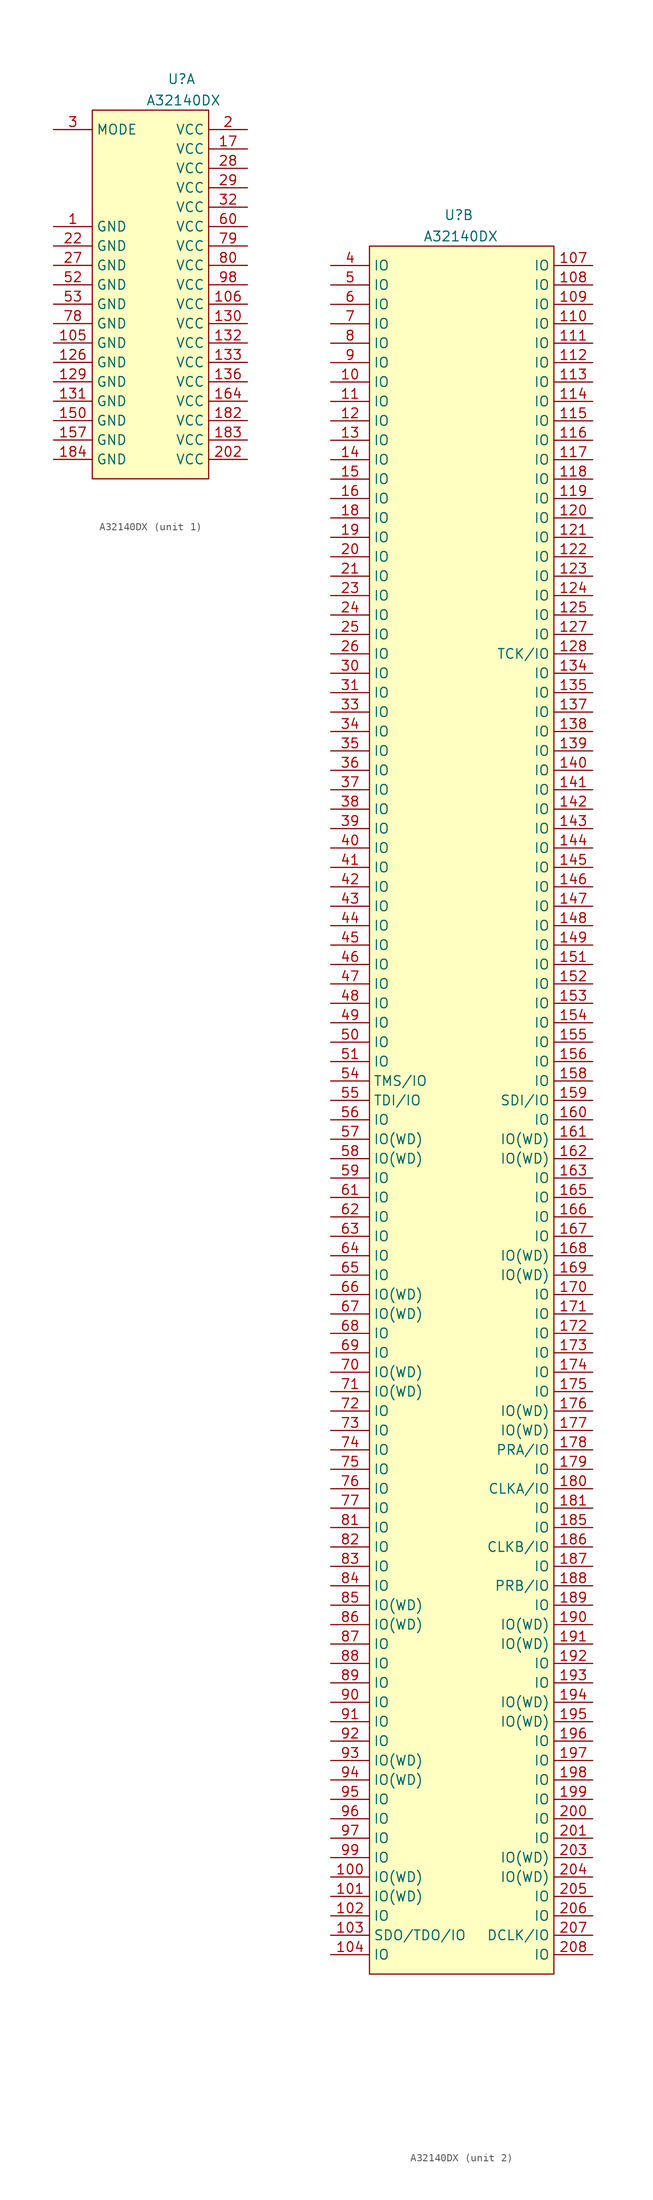
<source format=kicad_sym>
(kicad_symbol_lib
  (version 20241209)
  (generator "kicad_symbol_editor")
  (generator_version "9.0")
  (symbol "A32140DX"
    (property "Reference" "U"
      (at 11.684 4.064 0)
      (effects (font (size 1.27 1.27))))
    (property "Value" "A32140DX"
      (at 11.938 1.27 0)
      (effects (font (size 1.27 1.27))))
    (symbol "A32140DX_1_0"
      (pin input line (at -5.08 -2.54 0) (length 5.08) (name "MODE" (effects (font (size 1.27 1.27)))) (number "3" (effects (font (size 1.27 1.27)))))
      (pin power_in line (at -5.08 -15.24 0) (length 5.08) (name "GND" (effects (font (size 1.27 1.27)))) (number "1" (effects (font (size 1.27 1.27)))))
      (pin power_in line (at -5.08 -17.78 0) (length 5.08) (name "GND" (effects (font (size 1.27 1.27)))) (number "22" (effects (font (size 1.27 1.27)))))
      (pin power_in line (at -5.08 -20.32 0) (length 5.08) (name "GND" (effects (font (size 1.27 1.27)))) (number "27" (effects (font (size 1.27 1.27)))))
      (pin power_in line (at -5.08 -22.86 0) (length 5.08) (name "GND" (effects (font (size 1.27 1.27)))) (number "52" (effects (font (size 1.27 1.27)))))
      (pin power_in line (at -5.08 -25.4 0) (length 5.08) (name "GND" (effects (font (size 1.27 1.27)))) (number "53" (effects (font (size 1.27 1.27)))))
      (pin power_in line (at -5.08 -27.94 0) (length 5.08) (name "GND" (effects (font (size 1.27 1.27)))) (number "78" (effects (font (size 1.27 1.27)))))
      (pin power_in line (at -5.08 -30.48 0) (length 5.08) (name "GND" (effects (font (size 1.27 1.27)))) (number "105" (effects (font (size 1.27 1.27)))))
      (pin power_in line (at -5.08 -33.02 0) (length 5.08) (name "GND" (effects (font (size 1.27 1.27)))) (number "126" (effects (font (size 1.27 1.27)))))
      (pin power_in line (at -5.08 -35.56 0) (length 5.08) (name "GND" (effects (font (size 1.27 1.27)))) (number "129" (effects (font (size 1.27 1.27)))))
      (pin power_in line (at -5.08 -38.1 0) (length 5.08) (name "GND" (effects (font (size 1.27 1.27)))) (number "131" (effects (font (size 1.27 1.27)))))
      (pin power_in line (at -5.08 -40.64 0) (length 5.08) (name "GND" (effects (font (size 1.27 1.27)))) (number "150" (effects (font (size 1.27 1.27)))))
      (pin power_in line (at -5.08 -43.18 0) (length 5.08) (name "GND" (effects (font (size 1.27 1.27)))) (number "157" (effects (font (size 1.27 1.27)))))
      (pin power_in line (at -5.08 -45.72 0) (length 5.08) (name "GND" (effects (font (size 1.27 1.27)))) (number "184" (effects (font (size 1.27 1.27)))))
      (pin power_in line (at 20.32 -2.54 180) (length 5.08) (name "VCC" (effects (font (size 1.27 1.27)))) (number "2" (effects (font (size 1.27 1.27)))))
      (pin power_in line (at 20.32 -5.08 180) (length 5.08) (name "VCC" (effects (font (size 1.27 1.27)))) (number "17" (effects (font (size 1.27 1.27)))))
      (pin power_in line (at 20.32 -7.62 180) (length 5.08) (name "VCC" (effects (font (size 1.27 1.27)))) (number "28" (effects (font (size 1.27 1.27)))))
      (pin power_in line (at 20.32 -10.16 180) (length 5.08) (name "VCC" (effects (font (size 1.27 1.27)))) (number "29" (effects (font (size 1.27 1.27)))))
      (pin power_in line (at 20.32 -12.7 180) (length 5.08) (name "VCC" (effects (font (size 1.27 1.27)))) (number "32" (effects (font (size 1.27 1.27)))))
      (pin power_in line (at 20.32 -15.24 180) (length 5.08) (name "VCC" (effects (font (size 1.27 1.27)))) (number "60" (effects (font (size 1.27 1.27)))))
      (pin power_in line (at 20.32 -17.78 180) (length 5.08) (name "VCC" (effects (font (size 1.27 1.27)))) (number "79" (effects (font (size 1.27 1.27)))))
      (pin power_in line (at 20.32 -20.32 180) (length 5.08) (name "VCC" (effects (font (size 1.27 1.27)))) (number "80" (effects (font (size 1.27 1.27)))))
      (pin power_in line (at 20.32 -22.86 180) (length 5.08) (name "VCC" (effects (font (size 1.27 1.27)))) (number "98" (effects (font (size 1.27 1.27)))))
      (pin power_in line (at 20.32 -25.4 180) (length 5.08) (name "VCC" (effects (font (size 1.27 1.27)))) (number "106" (effects (font (size 1.27 1.27)))))
      (pin power_in line (at 20.32 -27.94 180) (length 5.08) (name "VCC" (effects (font (size 1.27 1.27)))) (number "130" (effects (font (size 1.27 1.27)))))
      (pin power_in line (at 20.32 -30.48 180) (length 5.08) (name "VCC" (effects (font (size 1.27 1.27)))) (number "132" (effects (font (size 1.27 1.27)))))
      (pin power_in line (at 20.32 -33.02 180) (length 5.08) (name "VCC" (effects (font (size 1.27 1.27)))) (number "133" (effects (font (size 1.27 1.27)))))
      (pin power_in line (at 20.32 -35.56 180) (length 5.08) (name "VCC" (effects (font (size 1.27 1.27)))) (number "136" (effects (font (size 1.27 1.27)))))
      (pin power_in line (at 20.32 -38.1 180) (length 5.08) (name "VCC" (effects (font (size 1.27 1.27)))) (number "164" (effects (font (size 1.27 1.27)))))
      (pin power_in line (at 20.32 -40.64 180) (length 5.08) (name "VCC" (effects (font (size 1.27 1.27)))) (number "182" (effects (font (size 1.27 1.27)))))
      (pin power_in line (at 20.32 -43.18 180) (length 5.08) (name "VCC" (effects (font (size 1.27 1.27)))) (number "183" (effects (font (size 1.27 1.27)))))
      (pin power_in line (at 20.32 -45.72 180) (length 5.08) (name "VCC" (effects (font (size 1.27 1.27)))) (number "202" (effects (font (size 1.27 1.27))))))
    (symbol "A32140DX_1_1"
      (rectangle (start 0 0) (end 15.24 -48.26) (stroke (width 0) (type solid)) (fill (type background))))
    (symbol "A32140DX_2_0"
      (pin bidirectional line (at -5.08 -2.54 0) (length 5.08) (name "IO" (effects (font (size 1.27 1.27)))) (number "4" (effects (font (size 1.27 1.27)))))
      (pin bidirectional line (at -5.08 -5.08 0) (length 5.08) (name "IO" (effects (font (size 1.27 1.27)))) (number "5" (effects (font (size 1.27 1.27)))))
      (pin bidirectional line (at -5.08 -7.62 0) (length 5.08) (name "IO" (effects (font (size 1.27 1.27)))) (number "6" (effects (font (size 1.27 1.27)))))
      (pin bidirectional line (at -5.08 -10.16 0) (length 5.08) (name "IO" (effects (font (size 1.27 1.27)))) (number "7" (effects (font (size 1.27 1.27)))))
      (pin bidirectional line (at -5.08 -12.7 0) (length 5.08) (name "IO" (effects (font (size 1.27 1.27)))) (number "8" (effects (font (size 1.27 1.27)))))
      (pin bidirectional line (at -5.08 -15.24 0) (length 5.08) (name "IO" (effects (font (size 1.27 1.27)))) (number "9" (effects (font (size 1.27 1.27)))))
      (pin bidirectional line (at -5.08 -17.78 0) (length 5.08) (name "IO" (effects (font (size 1.27 1.27)))) (number "10" (effects (font (size 1.27 1.27)))))
      (pin bidirectional line (at -5.08 -20.32 0) (length 5.08) (name "IO" (effects (font (size 1.27 1.27)))) (number "11" (effects (font (size 1.27 1.27)))))
      (pin bidirectional line (at -5.08 -22.86 0) (length 5.08) (name "IO" (effects (font (size 1.27 1.27)))) (number "12" (effects (font (size 1.27 1.27)))))
      (pin bidirectional line (at -5.08 -25.4 0) (length 5.08) (name "IO" (effects (font (size 1.27 1.27)))) (number "13" (effects (font (size 1.27 1.27)))))
      (pin bidirectional line (at -5.08 -27.94 0) (length 5.08) (name "IO" (effects (font (size 1.27 1.27)))) (number "14" (effects (font (size 1.27 1.27)))))
      (pin bidirectional line (at -5.08 -30.48 0) (length 5.08) (name "IO" (effects (font (size 1.27 1.27)))) (number "15" (effects (font (size 1.27 1.27)))))
      (pin bidirectional line (at -5.08 -33.02 0) (length 5.08) (name "IO" (effects (font (size 1.27 1.27)))) (number "16" (effects (font (size 1.27 1.27)))))
      (pin bidirectional line (at -5.08 -35.56 0) (length 5.08) (name "IO" (effects (font (size 1.27 1.27)))) (number "18" (effects (font (size 1.27 1.27)))))
      (pin bidirectional line (at -5.08 -38.1 0) (length 5.08) (name "IO" (effects (font (size 1.27 1.27)))) (number "19" (effects (font (size 1.27 1.27)))))
      (pin bidirectional line (at -5.08 -40.64 0) (length 5.08) (name "IO" (effects (font (size 1.27 1.27)))) (number "20" (effects (font (size 1.27 1.27)))))
      (pin bidirectional line (at -5.08 -43.18 0) (length 5.08) (name "IO" (effects (font (size 1.27 1.27)))) (number "21" (effects (font (size 1.27 1.27)))))
      (pin bidirectional line (at -5.08 -45.72 0) (length 5.08) (name "IO" (effects (font (size 1.27 1.27)))) (number "23" (effects (font (size 1.27 1.27)))))
      (pin bidirectional line (at -5.08 -48.26 0) (length 5.08) (name "IO" (effects (font (size 1.27 1.27)))) (number "24" (effects (font (size 1.27 1.27)))))
      (pin bidirectional line (at -5.08 -50.8 0) (length 5.08) (name "IO" (effects (font (size 1.27 1.27)))) (number "25" (effects (font (size 1.27 1.27)))))
      (pin bidirectional line (at -5.08 -53.34 0) (length 5.08) (name "IO" (effects (font (size 1.27 1.27)))) (number "26" (effects (font (size 1.27 1.27)))))
      (pin bidirectional line (at -5.08 -55.88 0) (length 5.08) (name "IO" (effects (font (size 1.27 1.27)))) (number "30" (effects (font (size 1.27 1.27)))))
      (pin bidirectional line (at -5.08 -58.42 0) (length 5.08) (name "IO" (effects (font (size 1.27 1.27)))) (number "31" (effects (font (size 1.27 1.27)))))
      (pin bidirectional line (at -5.08 -60.96 0) (length 5.08) (name "IO" (effects (font (size 1.27 1.27)))) (number "33" (effects (font (size 1.27 1.27)))))
      (pin bidirectional line (at -5.08 -63.5 0) (length 5.08) (name "IO" (effects (font (size 1.27 1.27)))) (number "34" (effects (font (size 1.27 1.27)))))
      (pin bidirectional line (at -5.08 -66.04 0) (length 5.08) (name "IO" (effects (font (size 1.27 1.27)))) (number "35" (effects (font (size 1.27 1.27)))))
      (pin bidirectional line (at -5.08 -68.58 0) (length 5.08) (name "IO" (effects (font (size 1.27 1.27)))) (number "36" (effects (font (size 1.27 1.27)))))
      (pin bidirectional line (at -5.08 -71.12 0) (length 5.08) (name "IO" (effects (font (size 1.27 1.27)))) (number "37" (effects (font (size 1.27 1.27)))))
      (pin bidirectional line (at -5.08 -73.66 0) (length 5.08) (name "IO" (effects (font (size 1.27 1.27)))) (number "38" (effects (font (size 1.27 1.27)))))
      (pin bidirectional line (at -5.08 -76.2 0) (length 5.08) (name "IO" (effects (font (size 1.27 1.27)))) (number "39" (effects (font (size 1.27 1.27)))))
      (pin bidirectional line (at -5.08 -78.74 0) (length 5.08) (name "IO" (effects (font (size 1.27 1.27)))) (number "40" (effects (font (size 1.27 1.27)))))
      (pin bidirectional line (at -5.08 -81.28 0) (length 5.08) (name "IO" (effects (font (size 1.27 1.27)))) (number "41" (effects (font (size 1.27 1.27)))))
      (pin bidirectional line (at -5.08 -83.82 0) (length 5.08) (name "IO" (effects (font (size 1.27 1.27)))) (number "42" (effects (font (size 1.27 1.27)))))
      (pin bidirectional line (at -5.08 -86.36 0) (length 5.08) (name "IO" (effects (font (size 1.27 1.27)))) (number "43" (effects (font (size 1.27 1.27)))))
      (pin bidirectional line (at -5.08 -88.9 0) (length 5.08) (name "IO" (effects (font (size 1.27 1.27)))) (number "44" (effects (font (size 1.27 1.27)))))
      (pin bidirectional line (at -5.08 -91.44 0) (length 5.08) (name "IO" (effects (font (size 1.27 1.27)))) (number "45" (effects (font (size 1.27 1.27)))))
      (pin bidirectional line (at -5.08 -93.98 0) (length 5.08) (name "IO" (effects (font (size 1.27 1.27)))) (number "46" (effects (font (size 1.27 1.27)))))
      (pin bidirectional line (at -5.08 -96.52 0) (length 5.08) (name "IO" (effects (font (size 1.27 1.27)))) (number "47" (effects (font (size 1.27 1.27)))))
      (pin bidirectional line (at -5.08 -99.06 0) (length 5.08) (name "IO" (effects (font (size 1.27 1.27)))) (number "48" (effects (font (size 1.27 1.27)))))
      (pin bidirectional line (at -5.08 -101.6 0) (length 5.08) (name "IO" (effects (font (size 1.27 1.27)))) (number "49" (effects (font (size 1.27 1.27)))))
      (pin bidirectional line (at -5.08 -104.14 0) (length 5.08) (name "IO" (effects (font (size 1.27 1.27)))) (number "50" (effects (font (size 1.27 1.27)))))
      (pin bidirectional line (at -5.08 -106.68 0) (length 5.08) (name "IO" (effects (font (size 1.27 1.27)))) (number "51" (effects (font (size 1.27 1.27)))))
      (pin bidirectional line (at -5.08 -109.22 0) (length 5.08) (name "TMS/IO" (effects (font (size 1.27 1.27)))) (number "54" (effects (font (size 1.27 1.27)))))
      (pin bidirectional line (at -5.08 -111.76 0) (length 5.08) (name "TDI/IO" (effects (font (size 1.27 1.27)))) (number "55" (effects (font (size 1.27 1.27)))))
      (pin bidirectional line (at -5.08 -114.3 0) (length 5.08) (name "IO" (effects (font (size 1.27 1.27)))) (number "56" (effects (font (size 1.27 1.27)))))
      (pin bidirectional line (at -5.08 -116.84 0) (length 5.08) (name "IO(WD)" (effects (font (size 1.27 1.27)))) (number "57" (effects (font (size 1.27 1.27)))))
      (pin bidirectional line (at -5.08 -119.38 0) (length 5.08) (name "IO(WD)" (effects (font (size 1.27 1.27)))) (number "58" (effects (font (size 1.27 1.27)))))
      (pin bidirectional line (at -5.08 -121.92 0) (length 5.08) (name "IO" (effects (font (size 1.27 1.27)))) (number "59" (effects (font (size 1.27 1.27)))))
      (pin bidirectional line (at -5.08 -124.46 0) (length 5.08) (name "IO" (effects (font (size 1.27 1.27)))) (number "61" (effects (font (size 1.27 1.27)))))
      (pin bidirectional line (at -5.08 -127 0) (length 5.08) (name "IO" (effects (font (size 1.27 1.27)))) (number "62" (effects (font (size 1.27 1.27)))))
      (pin bidirectional line (at -5.08 -129.54 0) (length 5.08) (name "IO" (effects (font (size 1.27 1.27)))) (number "63" (effects (font (size 1.27 1.27)))))
      (pin bidirectional line (at -5.08 -132.08 0) (length 5.08) (name "IO" (effects (font (size 1.27 1.27)))) (number "64" (effects (font (size 1.27 1.27)))))
      (pin bidirectional line (at -5.08 -134.62 0) (length 5.08) (name "IO" (effects (font (size 1.27 1.27)))) (number "65" (effects (font (size 1.27 1.27)))))
      (pin bidirectional line (at -5.08 -137.16 0) (length 5.08) (name "IO(WD)" (effects (font (size 1.27 1.27)))) (number "66" (effects (font (size 1.27 1.27)))))
      (pin bidirectional line (at -5.08 -139.7 0) (length 5.08) (name "IO(WD)" (effects (font (size 1.27 1.27)))) (number "67" (effects (font (size 1.27 1.27)))))
      (pin bidirectional line (at -5.08 -142.24 0) (length 5.08) (name "IO" (effects (font (size 1.27 1.27)))) (number "68" (effects (font (size 1.27 1.27)))))
      (pin bidirectional line (at -5.08 -144.78 0) (length 5.08) (name "IO" (effects (font (size 1.27 1.27)))) (number "69" (effects (font (size 1.27 1.27)))))
      (pin bidirectional line (at -5.08 -147.32 0) (length 5.08) (name "IO(WD)" (effects (font (size 1.27 1.27)))) (number "70" (effects (font (size 1.27 1.27)))))
      (pin bidirectional line (at -5.08 -149.86 0) (length 5.08) (name "IO(WD)" (effects (font (size 1.27 1.27)))) (number "71" (effects (font (size 1.27 1.27)))))
      (pin bidirectional line (at -5.08 -152.4 0) (length 5.08) (name "IO" (effects (font (size 1.27 1.27)))) (number "72" (effects (font (size 1.27 1.27)))))
      (pin bidirectional line (at -5.08 -154.94 0) (length 5.08) (name "IO" (effects (font (size 1.27 1.27)))) (number "73" (effects (font (size 1.27 1.27)))))
      (pin bidirectional line (at -5.08 -157.48 0) (length 5.08) (name "IO" (effects (font (size 1.27 1.27)))) (number "74" (effects (font (size 1.27 1.27)))))
      (pin bidirectional line (at -5.08 -160.02 0) (length 5.08) (name "IO" (effects (font (size 1.27 1.27)))) (number "75" (effects (font (size 1.27 1.27)))))
      (pin bidirectional line (at -5.08 -162.56 0) (length 5.08) (name "IO" (effects (font (size 1.27 1.27)))) (number "76" (effects (font (size 1.27 1.27)))))
      (pin bidirectional line (at -5.08 -165.1 0) (length 5.08) (name "IO" (effects (font (size 1.27 1.27)))) (number "77" (effects (font (size 1.27 1.27)))))
      (pin bidirectional line (at -5.08 -167.64 0) (length 5.08) (name "IO" (effects (font (size 1.27 1.27)))) (number "81" (effects (font (size 1.27 1.27)))))
      (pin bidirectional line (at -5.08 -170.18 0) (length 5.08) (name "IO" (effects (font (size 1.27 1.27)))) (number "82" (effects (font (size 1.27 1.27)))))
      (pin bidirectional line (at -5.08 -172.72 0) (length 5.08) (name "IO" (effects (font (size 1.27 1.27)))) (number "83" (effects (font (size 1.27 1.27)))))
      (pin bidirectional line (at -5.08 -175.26 0) (length 5.08) (name "IO" (effects (font (size 1.27 1.27)))) (number "84" (effects (font (size 1.27 1.27)))))
      (pin bidirectional line (at -5.08 -177.8 0) (length 5.08) (name "IO(WD)" (effects (font (size 1.27 1.27)))) (number "85" (effects (font (size 1.27 1.27)))))
      (pin bidirectional line (at -5.08 -180.34 0) (length 5.08) (name "IO(WD)" (effects (font (size 1.27 1.27)))) (number "86" (effects (font (size 1.27 1.27)))))
      (pin bidirectional line (at -5.08 -182.88 0) (length 5.08) (name "IO" (effects (font (size 1.27 1.27)))) (number "87" (effects (font (size 1.27 1.27)))))
      (pin bidirectional line (at -5.08 -185.42 0) (length 5.08) (name "IO" (effects (font (size 1.27 1.27)))) (number "88" (effects (font (size 1.27 1.27)))))
      (pin bidirectional line (at -5.08 -187.96 0) (length 5.08) (name "IO" (effects (font (size 1.27 1.27)))) (number "89" (effects (font (size 1.27 1.27)))))
      (pin bidirectional line (at -5.08 -190.5 0) (length 5.08) (name "IO" (effects (font (size 1.27 1.27)))) (number "90" (effects (font (size 1.27 1.27)))))
      (pin bidirectional line (at -5.08 -193.04 0) (length 5.08) (name "IO" (effects (font (size 1.27 1.27)))) (number "91" (effects (font (size 1.27 1.27)))))
      (pin bidirectional line (at -5.08 -195.58 0) (length 5.08) (name "IO" (effects (font (size 1.27 1.27)))) (number "92" (effects (font (size 1.27 1.27)))))
      (pin bidirectional line (at -5.08 -198.12 0) (length 5.08) (name "IO(WD)" (effects (font (size 1.27 1.27)))) (number "93" (effects (font (size 1.27 1.27)))))
      (pin bidirectional line (at -5.08 -200.66 0) (length 5.08) (name "IO(WD)" (effects (font (size 1.27 1.27)))) (number "94" (effects (font (size 1.27 1.27)))))
      (pin bidirectional line (at -5.08 -203.2 0) (length 5.08) (name "IO" (effects (font (size 1.27 1.27)))) (number "95" (effects (font (size 1.27 1.27)))))
      (pin bidirectional line (at -5.08 -205.74 0) (length 5.08) (name "IO" (effects (font (size 1.27 1.27)))) (number "96" (effects (font (size 1.27 1.27)))))
      (pin bidirectional line (at -5.08 -208.28 0) (length 5.08) (name "IO" (effects (font (size 1.27 1.27)))) (number "97" (effects (font (size 1.27 1.27)))))
      (pin bidirectional line (at -5.08 -210.82 0) (length 5.08) (name "IO" (effects (font (size 1.27 1.27)))) (number "99" (effects (font (size 1.27 1.27)))))
      (pin bidirectional line (at -5.08 -213.36 0) (length 5.08) (name "IO(WD)" (effects (font (size 1.27 1.27)))) (number "100" (effects (font (size 1.27 1.27)))))
      (pin bidirectional line (at -5.08 -215.9 0) (length 5.08) (name "IO(WD)" (effects (font (size 1.27 1.27)))) (number "101" (effects (font (size 1.27 1.27)))))
      (pin bidirectional line (at -5.08 -218.44 0) (length 5.08) (name "IO" (effects (font (size 1.27 1.27)))) (number "102" (effects (font (size 1.27 1.27)))))
      (pin bidirectional line (at -5.08 -220.98 0) (length 5.08) (name "SDO/TDO/IO" (effects (font (size 1.27 1.27)))) (number "103" (effects (font (size 1.27 1.27)))))
      (pin bidirectional line (at -5.08 -223.52 0) (length 5.08) (name "IO" (effects (font (size 1.27 1.27)))) (number "104" (effects (font (size 1.27 1.27)))))
      (pin bidirectional line (at 29.21 -2.54 180) (length 5.08) (name "IO" (effects (font (size 1.27 1.27)))) (number "107" (effects (font (size 1.27 1.27)))))
      (pin bidirectional line (at 29.21 -5.08 180) (length 5.08) (name "IO" (effects (font (size 1.27 1.27)))) (number "108" (effects (font (size 1.27 1.27)))))
      (pin bidirectional line (at 29.21 -7.62 180) (length 5.08) (name "IO" (effects (font (size 1.27 1.27)))) (number "109" (effects (font (size 1.27 1.27)))))
      (pin bidirectional line (at 29.21 -10.16 180) (length 5.08) (name "IO" (effects (font (size 1.27 1.27)))) (number "110" (effects (font (size 1.27 1.27)))))
      (pin bidirectional line (at 29.21 -12.7 180) (length 5.08) (name "IO" (effects (font (size 1.27 1.27)))) (number "111" (effects (font (size 1.27 1.27)))))
      (pin bidirectional line (at 29.21 -15.24 180) (length 5.08) (name "IO" (effects (font (size 1.27 1.27)))) (number "112" (effects (font (size 1.27 1.27)))))
      (pin bidirectional line (at 29.21 -17.78 180) (length 5.08) (name "IO" (effects (font (size 1.27 1.27)))) (number "113" (effects (font (size 1.27 1.27)))))
      (pin bidirectional line (at 29.21 -20.32 180) (length 5.08) (name "IO" (effects (font (size 1.27 1.27)))) (number "114" (effects (font (size 1.27 1.27)))))
      (pin bidirectional line (at 29.21 -22.86 180) (length 5.08) (name "IO" (effects (font (size 1.27 1.27)))) (number "115" (effects (font (size 1.27 1.27)))))
      (pin bidirectional line (at 29.21 -25.4 180) (length 5.08) (name "IO" (effects (font (size 1.27 1.27)))) (number "116" (effects (font (size 1.27 1.27)))))
      (pin bidirectional line (at 29.21 -27.94 180) (length 5.08) (name "IO" (effects (font (size 1.27 1.27)))) (number "117" (effects (font (size 1.27 1.27)))))
      (pin bidirectional line (at 29.21 -30.48 180) (length 5.08) (name "IO" (effects (font (size 1.27 1.27)))) (number "118" (effects (font (size 1.27 1.27)))))
      (pin bidirectional line (at 29.21 -33.02 180) (length 5.08) (name "IO" (effects (font (size 1.27 1.27)))) (number "119" (effects (font (size 1.27 1.27)))))
      (pin bidirectional line (at 29.21 -35.56 180) (length 5.08) (name "IO" (effects (font (size 1.27 1.27)))) (number "120" (effects (font (size 1.27 1.27)))))
      (pin bidirectional line (at 29.21 -38.1 180) (length 5.08) (name "IO" (effects (font (size 1.27 1.27)))) (number "121" (effects (font (size 1.27 1.27)))))
      (pin bidirectional line (at 29.21 -40.64 180) (length 5.08) (name "IO" (effects (font (size 1.27 1.27)))) (number "122" (effects (font (size 1.27 1.27)))))
      (pin bidirectional line (at 29.21 -43.18 180) (length 5.08) (name "IO" (effects (font (size 1.27 1.27)))) (number "123" (effects (font (size 1.27 1.27)))))
      (pin bidirectional line (at 29.21 -45.72 180) (length 5.08) (name "IO" (effects (font (size 1.27 1.27)))) (number "124" (effects (font (size 1.27 1.27)))))
      (pin bidirectional line (at 29.21 -48.26 180) (length 5.08) (name "IO" (effects (font (size 1.27 1.27)))) (number "125" (effects (font (size 1.27 1.27)))))
      (pin bidirectional line (at 29.21 -50.8 180) (length 5.08) (name "IO" (effects (font (size 1.27 1.27)))) (number "127" (effects (font (size 1.27 1.27)))))
      (pin bidirectional line (at 29.21 -53.34 180) (length 5.08) (name "TCK/IO" (effects (font (size 1.27 1.27)))) (number "128" (effects (font (size 1.27 1.27)))))
      (pin bidirectional line (at 29.21 -55.88 180) (length 5.08) (name "IO" (effects (font (size 1.27 1.27)))) (number "134" (effects (font (size 1.27 1.27)))))
      (pin bidirectional line (at 29.21 -58.42 180) (length 5.08) (name "IO" (effects (font (size 1.27 1.27)))) (number "135" (effects (font (size 1.27 1.27)))))
      (pin bidirectional line (at 29.21 -60.96 180) (length 5.08) (name "IO" (effects (font (size 1.27 1.27)))) (number "137" (effects (font (size 1.27 1.27)))))
      (pin bidirectional line (at 29.21 -63.5 180) (length 5.08) (name "IO" (effects (font (size 1.27 1.27)))) (number "138" (effects (font (size 1.27 1.27)))))
      (pin bidirectional line (at 29.21 -66.04 180) (length 5.08) (name "IO" (effects (font (size 1.27 1.27)))) (number "139" (effects (font (size 1.27 1.27)))))
      (pin bidirectional line (at 29.21 -68.58 180) (length 5.08) (name "IO" (effects (font (size 1.27 1.27)))) (number "140" (effects (font (size 1.27 1.27)))))
      (pin bidirectional line (at 29.21 -71.12 180) (length 5.08) (name "IO" (effects (font (size 1.27 1.27)))) (number "141" (effects (font (size 1.27 1.27)))))
      (pin bidirectional line (at 29.21 -73.66 180) (length 5.08) (name "IO" (effects (font (size 1.27 1.27)))) (number "142" (effects (font (size 1.27 1.27)))))
      (pin bidirectional line (at 29.21 -76.2 180) (length 5.08) (name "IO" (effects (font (size 1.27 1.27)))) (number "143" (effects (font (size 1.27 1.27)))))
      (pin bidirectional line (at 29.21 -78.74 180) (length 5.08) (name "IO" (effects (font (size 1.27 1.27)))) (number "144" (effects (font (size 1.27 1.27)))))
      (pin bidirectional line (at 29.21 -81.28 180) (length 5.08) (name "IO" (effects (font (size 1.27 1.27)))) (number "145" (effects (font (size 1.27 1.27)))))
      (pin bidirectional line (at 29.21 -83.82 180) (length 5.08) (name "IO" (effects (font (size 1.27 1.27)))) (number "146" (effects (font (size 1.27 1.27)))))
      (pin bidirectional line (at 29.21 -86.36 180) (length 5.08) (name "IO" (effects (font (size 1.27 1.27)))) (number "147" (effects (font (size 1.27 1.27)))))
      (pin bidirectional line (at 29.21 -88.9 180) (length 5.08) (name "IO" (effects (font (size 1.27 1.27)))) (number "148" (effects (font (size 1.27 1.27)))))
      (pin bidirectional line (at 29.21 -91.44 180) (length 5.08) (name "IO" (effects (font (size 1.27 1.27)))) (number "149" (effects (font (size 1.27 1.27)))))
      (pin bidirectional line (at 29.21 -93.98 180) (length 5.08) (name "IO" (effects (font (size 1.27 1.27)))) (number "151" (effects (font (size 1.27 1.27)))))
      (pin bidirectional line (at 29.21 -96.52 180) (length 5.08) (name "IO" (effects (font (size 1.27 1.27)))) (number "152" (effects (font (size 1.27 1.27)))))
      (pin bidirectional line (at 29.21 -99.06 180) (length 5.08) (name "IO" (effects (font (size 1.27 1.27)))) (number "153" (effects (font (size 1.27 1.27)))))
      (pin bidirectional line (at 29.21 -101.6 180) (length 5.08) (name "IO" (effects (font (size 1.27 1.27)))) (number "154" (effects (font (size 1.27 1.27)))))
      (pin bidirectional line (at 29.21 -104.14 180) (length 5.08) (name "IO" (effects (font (size 1.27 1.27)))) (number "155" (effects (font (size 1.27 1.27)))))
      (pin bidirectional line (at 29.21 -106.68 180) (length 5.08) (name "IO" (effects (font (size 1.27 1.27)))) (number "156" (effects (font (size 1.27 1.27)))))
      (pin bidirectional line (at 29.21 -109.22 180) (length 5.08) (name "IO" (effects (font (size 1.27 1.27)))) (number "158" (effects (font (size 1.27 1.27)))))
      (pin bidirectional line (at 29.21 -111.76 180) (length 5.08) (name "SDI/IO" (effects (font (size 1.27 1.27)))) (number "159" (effects (font (size 1.27 1.27)))))
      (pin bidirectional line (at 29.21 -114.3 180) (length 5.08) (name "IO" (effects (font (size 1.27 1.27)))) (number "160" (effects (font (size 1.27 1.27)))))
      (pin bidirectional line (at 29.21 -116.84 180) (length 5.08) (name "IO(WD)" (effects (font (size 1.27 1.27)))) (number "161" (effects (font (size 1.27 1.27)))))
      (pin bidirectional line (at 29.21 -119.38 180) (length 5.08) (name "IO(WD)" (effects (font (size 1.27 1.27)))) (number "162" (effects (font (size 1.27 1.27)))))
      (pin bidirectional line (at 29.21 -121.92 180) (length 5.08) (name "IO" (effects (font (size 1.27 1.27)))) (number "163" (effects (font (size 1.27 1.27)))))
      (pin bidirectional line (at 29.21 -124.46 180) (length 5.08) (name "IO" (effects (font (size 1.27 1.27)))) (number "165" (effects (font (size 1.27 1.27)))))
      (pin bidirectional line (at 29.21 -127 180) (length 5.08) (name "IO" (effects (font (size 1.27 1.27)))) (number "166" (effects (font (size 1.27 1.27)))))
      (pin bidirectional line (at 29.21 -129.54 180) (length 5.08) (name "IO" (effects (font (size 1.27 1.27)))) (number "167" (effects (font (size 1.27 1.27)))))
      (pin bidirectional line (at 29.21 -132.08 180) (length 5.08) (name "IO(WD)" (effects (font (size 1.27 1.27)))) (number "168" (effects (font (size 1.27 1.27)))))
      (pin bidirectional line (at 29.21 -134.62 180) (length 5.08) (name "IO(WD)" (effects (font (size 1.27 1.27)))) (number "169" (effects (font (size 1.27 1.27)))))
      (pin bidirectional line (at 29.21 -137.16 180) (length 5.08) (name "IO" (effects (font (size 1.27 1.27)))) (number "170" (effects (font (size 1.27 1.27)))))
      (pin bidirectional line (at 29.21 -139.7 180) (length 5.08) (name "IO" (effects (font (size 1.27 1.27)))) (number "171" (effects (font (size 1.27 1.27)))))
      (pin bidirectional line (at 29.21 -142.24 180) (length 5.08) (name "IO" (effects (font (size 1.27 1.27)))) (number "172" (effects (font (size 1.27 1.27)))))
      (pin bidirectional line (at 29.21 -144.78 180) (length 5.08) (name "IO" (effects (font (size 1.27 1.27)))) (number "173" (effects (font (size 1.27 1.27)))))
      (pin bidirectional line (at 29.21 -147.32 180) (length 5.08) (name "IO" (effects (font (size 1.27 1.27)))) (number "174" (effects (font (size 1.27 1.27)))))
      (pin bidirectional line (at 29.21 -149.86 180) (length 5.08) (name "IO" (effects (font (size 1.27 1.27)))) (number "175" (effects (font (size 1.27 1.27)))))
      (pin bidirectional line (at 29.21 -152.4 180) (length 5.08) (name "IO(WD)" (effects (font (size 1.27 1.27)))) (number "176" (effects (font (size 1.27 1.27)))))
      (pin bidirectional line (at 29.21 -154.94 180) (length 5.08) (name "IO(WD)" (effects (font (size 1.27 1.27)))) (number "177" (effects (font (size 1.27 1.27)))))
      (pin bidirectional line (at 29.21 -157.48 180) (length 5.08) (name "PRA/IO" (effects (font (size 1.27 1.27)))) (number "178" (effects (font (size 1.27 1.27)))))
      (pin bidirectional line (at 29.21 -160.02 180) (length 5.08) (name "IO" (effects (font (size 1.27 1.27)))) (number "179" (effects (font (size 1.27 1.27)))))
      (pin bidirectional line (at 29.21 -162.56 180) (length 5.08) (name "CLKA/IO" (effects (font (size 1.27 1.27)))) (number "180" (effects (font (size 1.27 1.27)))))
      (pin bidirectional line (at 29.21 -165.1 180) (length 5.08) (name "IO" (effects (font (size 1.27 1.27)))) (number "181" (effects (font (size 1.27 1.27)))))
      (pin bidirectional line (at 29.21 -167.64 180) (length 5.08) (name "IO" (effects (font (size 1.27 1.27)))) (number "185" (effects (font (size 1.27 1.27)))))
      (pin bidirectional line (at 29.21 -170.18 180) (length 5.08) (name "CLKB/IO" (effects (font (size 1.27 1.27)))) (number "186" (effects (font (size 1.27 1.27)))))
      (pin bidirectional line (at 29.21 -172.72 180) (length 5.08) (name "IO" (effects (font (size 1.27 1.27)))) (number "187" (effects (font (size 1.27 1.27)))))
      (pin bidirectional line (at 29.21 -175.26 180) (length 5.08) (name "PRB/IO" (effects (font (size 1.27 1.27)))) (number "188" (effects (font (size 1.27 1.27)))))
      (pin bidirectional line (at 29.21 -177.8 180) (length 5.08) (name "IO" (effects (font (size 1.27 1.27)))) (number "189" (effects (font (size 1.27 1.27)))))
      (pin bidirectional line (at 29.21 -180.34 180) (length 5.08) (name "IO(WD)" (effects (font (size 1.27 1.27)))) (number "190" (effects (font (size 1.27 1.27)))))
      (pin bidirectional line (at 29.21 -182.88 180) (length 5.08) (name "IO(WD)" (effects (font (size 1.27 1.27)))) (number "191" (effects (font (size 1.27 1.27)))))
      (pin bidirectional line (at 29.21 -185.42 180) (length 5.08) (name "IO" (effects (font (size 1.27 1.27)))) (number "192" (effects (font (size 1.27 1.27)))))
      (pin bidirectional line (at 29.21 -187.96 180) (length 5.08) (name "IO" (effects (font (size 1.27 1.27)))) (number "193" (effects (font (size 1.27 1.27)))))
      (pin bidirectional line (at 29.21 -190.5 180) (length 5.08) (name "IO(WD)" (effects (font (size 1.27 1.27)))) (number "194" (effects (font (size 1.27 1.27)))))
      (pin bidirectional line (at 29.21 -193.04 180) (length 5.08) (name "IO(WD)" (effects (font (size 1.27 1.27)))) (number "195" (effects (font (size 1.27 1.27)))))
      (pin bidirectional line (at 29.21 -195.58 180) (length 5.08) (name "IO" (effects (font (size 1.27 1.27)))) (number "196" (effects (font (size 1.27 1.27)))))
      (pin bidirectional line (at 29.21 -198.12 180) (length 5.08) (name "IO" (effects (font (size 1.27 1.27)))) (number "197" (effects (font (size 1.27 1.27)))))
      (pin bidirectional line (at 29.21 -200.66 180) (length 5.08) (name "IO" (effects (font (size 1.27 1.27)))) (number "198" (effects (font (size 1.27 1.27)))))
      (pin bidirectional line (at 29.21 -203.2 180) (length 5.08) (name "IO" (effects (font (size 1.27 1.27)))) (number "199" (effects (font (size 1.27 1.27)))))
      (pin bidirectional line (at 29.21 -205.74 180) (length 5.08) (name "IO" (effects (font (size 1.27 1.27)))) (number "200" (effects (font (size 1.27 1.27)))))
      (pin bidirectional line (at 29.21 -208.28 180) (length 5.08) (name "IO" (effects (font (size 1.27 1.27)))) (number "201" (effects (font (size 1.27 1.27)))))
      (pin bidirectional line (at 29.21 -210.82 180) (length 5.08) (name "IO(WD)" (effects (font (size 1.27 1.27)))) (number "203" (effects (font (size 1.27 1.27)))))
      (pin bidirectional line (at 29.21 -213.36 180) (length 5.08) (name "IO(WD)" (effects (font (size 1.27 1.27)))) (number "204" (effects (font (size 1.27 1.27)))))
      (pin bidirectional line (at 29.21 -215.9 180) (length 5.08) (name "IO" (effects (font (size 1.27 1.27)))) (number "205" (effects (font (size 1.27 1.27)))))
      (pin bidirectional line (at 29.21 -218.44 180) (length 5.08) (name "IO" (effects (font (size 1.27 1.27)))) (number "206" (effects (font (size 1.27 1.27)))))
      (pin bidirectional line (at 29.21 -220.98 180) (length 5.08) (name "DCLK/IO" (effects (font (size 1.27 1.27)))) (number "207" (effects (font (size 1.27 1.27)))))
      (pin bidirectional line (at 29.21 -223.52 180) (length 5.08) (name "IO" (effects (font (size 1.27 1.27)))) (number "208" (effects (font (size 1.27 1.27))))))
    (symbol "A32140DX_2_1"
      (rectangle (start 0 0) (end 24.13 -226.06) (stroke (width 0) (type solid)) (fill (type background))))))
</source>
